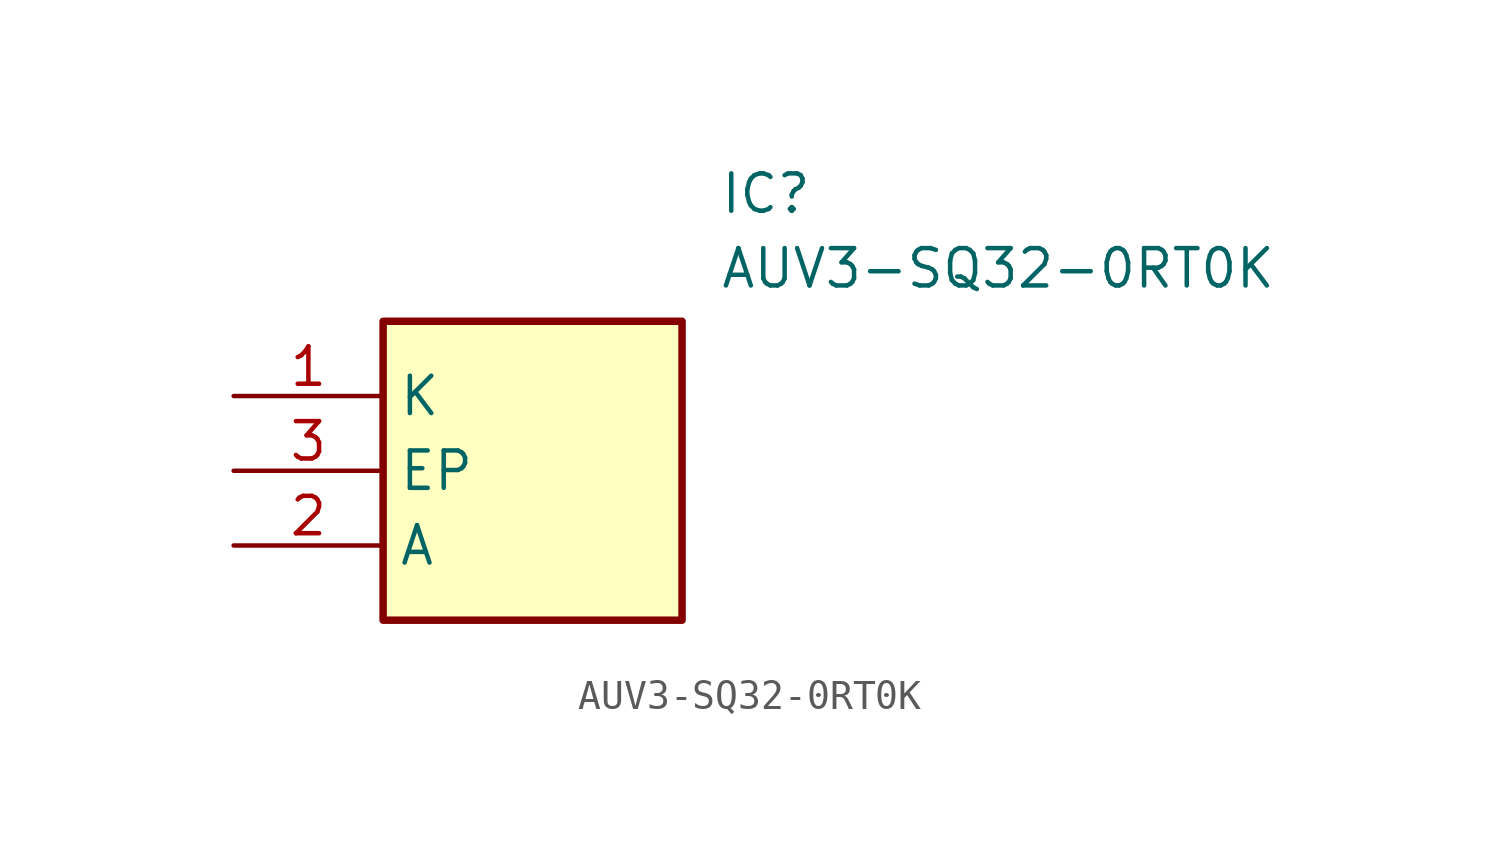
<source format=kicad_sym>
(kicad_symbol_lib
  (version 20211014)
  (generator SamacSys_ECAD_Model)
  (symbol "AUV3-SQ32-0RT0K"
    (property "Reference" "IC"
      (at 16.51 7.62 0)
      (effects (font (size 1.27 1.27)) (justify left top)))
    (property "Value" "AUV3-SQ32-0RT0K"
      (at 16.51 5.08 0)
      (effects (font (size 1.27 1.27)) (justify left top)))
    (rectangle
      (start 5.08 2.54)
      (end 15.24 -7.62)
      (stroke (width 0.254) (type default))
      (fill (type background)))
    (pin passive line
      (at 0 0 0)
      (length 5.08)
      (name "K" (effects (font (size 1.27 1.27))))
      (number "1" (effects (font (size 1.27 1.27)))))
    (pin passive line
      (at 0 -5.08 0)
      (length 5.08)
      (name "A" (effects (font (size 1.27 1.27))))
      (number "2" (effects (font (size 1.27 1.27)))))
    (pin passive line
      (at 0 -2.54 0)
      (length 5.08)
      (name "EP" (effects (font (size 1.27 1.27))))
      (number "3" (effects (font (size 1.27 1.27)))))))
</source>
